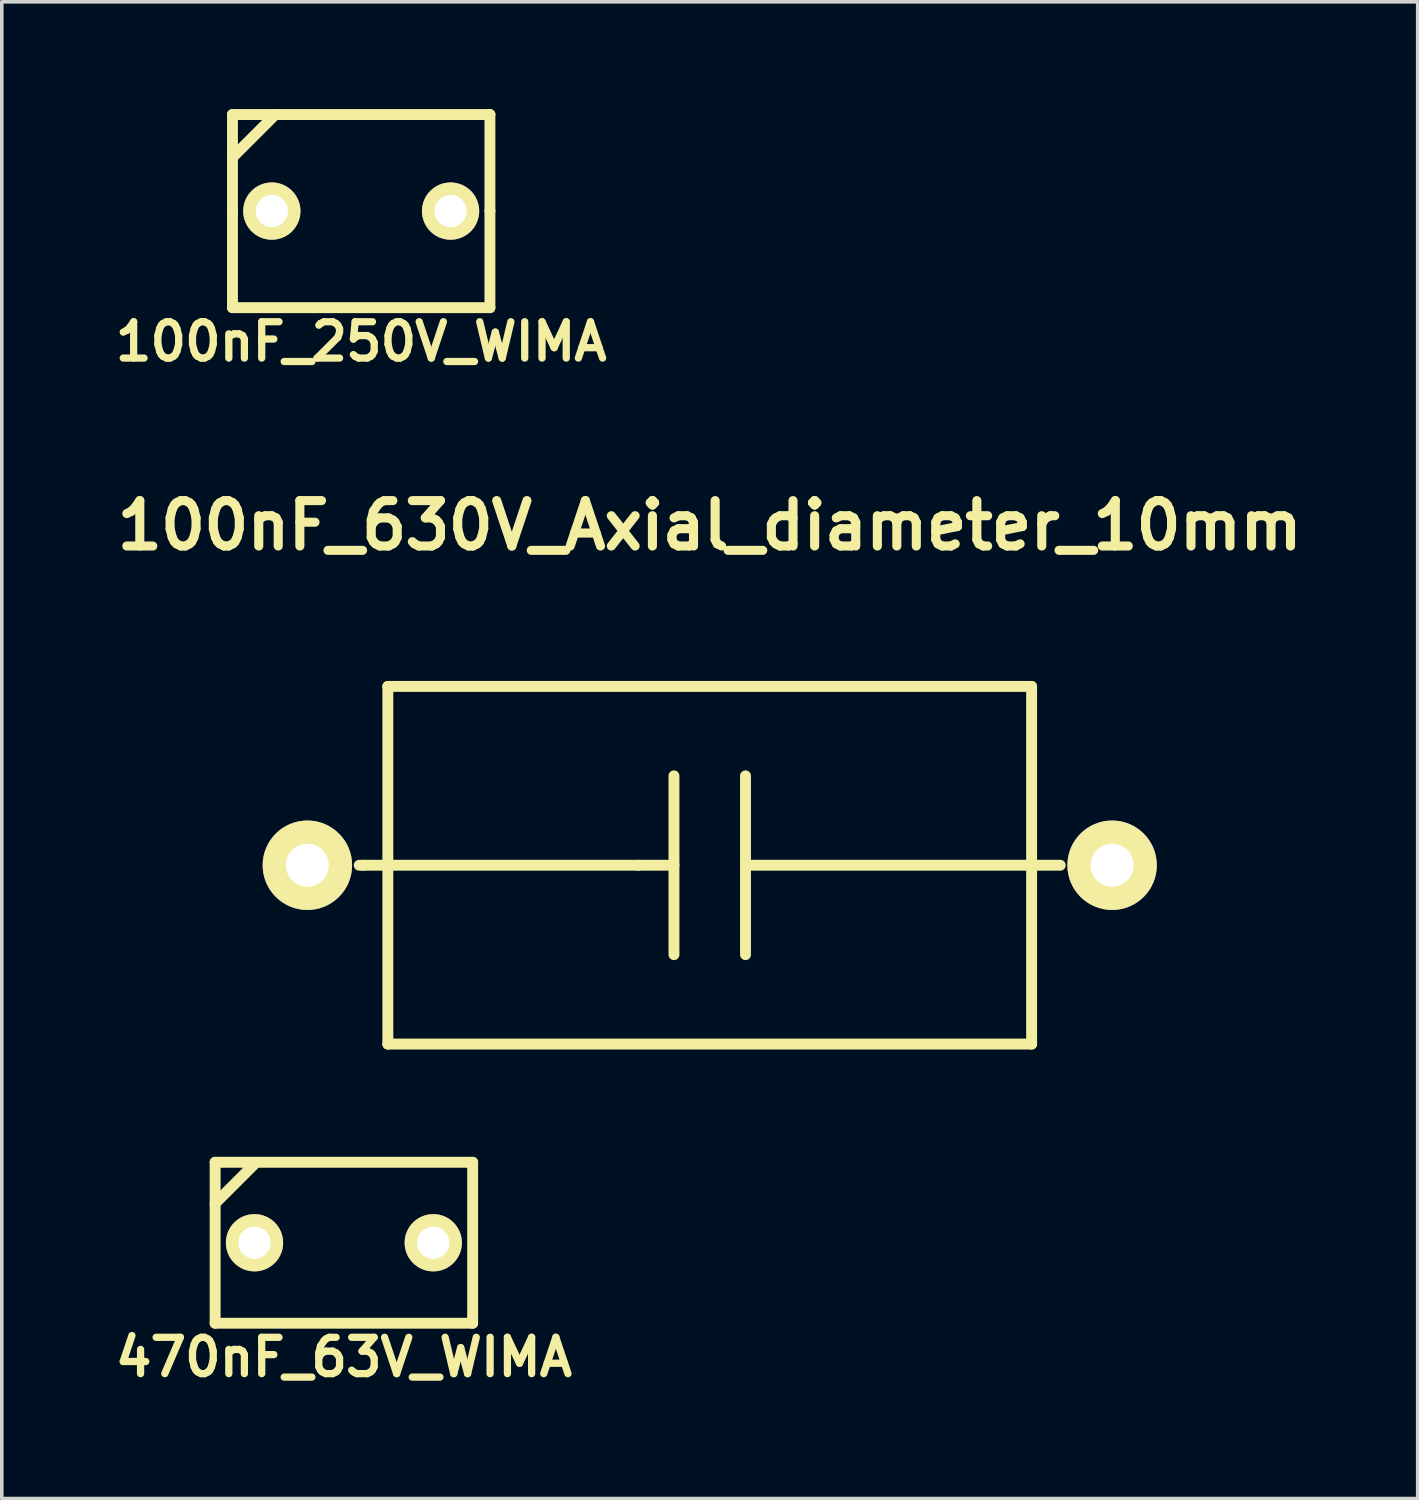
<source format=kicad_pcb>
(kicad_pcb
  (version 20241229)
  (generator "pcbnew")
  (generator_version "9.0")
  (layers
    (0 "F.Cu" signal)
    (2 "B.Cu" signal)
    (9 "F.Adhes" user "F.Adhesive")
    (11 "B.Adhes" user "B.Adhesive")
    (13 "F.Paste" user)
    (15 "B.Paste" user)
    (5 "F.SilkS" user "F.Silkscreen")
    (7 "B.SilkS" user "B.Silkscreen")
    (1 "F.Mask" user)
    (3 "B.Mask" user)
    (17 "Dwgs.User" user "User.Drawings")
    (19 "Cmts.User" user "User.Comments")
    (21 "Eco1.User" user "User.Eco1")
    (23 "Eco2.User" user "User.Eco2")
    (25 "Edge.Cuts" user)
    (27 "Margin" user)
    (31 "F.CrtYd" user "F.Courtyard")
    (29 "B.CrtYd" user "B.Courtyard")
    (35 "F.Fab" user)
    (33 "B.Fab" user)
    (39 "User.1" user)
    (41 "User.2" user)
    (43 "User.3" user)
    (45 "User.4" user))
  (footprint "100nF_630V_Axial_diameter_10mm"
    (layer "F.Cu")
    (at 16.794 21.142)
    (property "Reference" "100nF_630V_Axial_diameter_10mm" (at 0 -9.5 0) (layer "F.SilkS") (effects (font (size 1.27 1.27) (thickness 0.254))))
    (attr through_hole)
    (fp_line (start -9.7 0) (end -9.8 0) (stroke (width 0.305) (type solid)) (layer "F.SilkS"))
    (fp_line (start -9 -5) (end -9 5) (stroke (width 0.305) (type solid)) (layer "F.SilkS"))
    (fp_line (start -9 0) (end -9.7 0) (stroke (width 0.305) (type solid)) (layer "F.SilkS"))
    (fp_line (start -9 0) (end -2 0) (stroke (width 0.305) (type solid)) (layer "F.SilkS"))
    (fp_line (start -9 5) (end 9 5) (stroke (width 0.305) (type solid)) (layer "F.SilkS"))
    (fp_line (start -2 0) (end -1 0) (stroke (width 0.305) (type solid)) (layer "F.SilkS"))
    (fp_line (start -1 -2.5) (end -1 2.5) (stroke (width 0.305) (type solid)) (layer "F.SilkS"))
    (fp_line (start 1 -2.5) (end 1 2.5) (stroke (width 0.305) (type solid)) (layer "F.SilkS"))
    (fp_line (start 1 0) (end 9 0) (stroke (width 0.305) (type solid)) (layer "F.SilkS"))
    (fp_line (start 9 -5) (end -9 -5) (stroke (width 0.305) (type solid)) (layer "F.SilkS"))
    (fp_line (start 9 0) (end 9.8 0) (stroke (width 0.305) (type solid)) (layer "F.SilkS"))
    (fp_line (start 9 5) (end 9 -5) (stroke (width 0.305) (type solid)) (layer "F.SilkS"))
    (pad "1" thru_hole circle (at -11.25 0) (size 2.5 2.5) (drill 1.2) (layers "*.Cu" "*.Mask" "F.SilkS"))
    (pad "2" thru_hole circle (at 11.25 0) (size 2.5 2.5) (drill 1.2) (layers "*.Cu" "*.Mask" "F.SilkS")))
  (footprint "100nF_250V_WIMA"
    (layer "F.Cu")
    (at 7.049 2.852)
    (property "Reference" "100nF_250V_WIMA" (at 0 3.65 0) (layer "F.SilkS") (effects (font (size 1.016 1.016) (thickness 0.203))))
    (attr through_hole)
    (fp_line (start -3.599 -2.7) (end -3.599 0) (stroke (width 0.305) (type solid)) (layer "F.SilkS"))
    (fp_line (start -3.599 -1.501) (end -2.4 -2.7) (stroke (width 0.305) (type solid)) (layer "F.SilkS"))
    (fp_line (start -3.599 0) (end -3.599 2.7) (stroke (width 0.305) (type solid)) (layer "F.SilkS"))
    (fp_line (start -3.599 2.7) (end 3.599 2.7) (stroke (width 0.305) (type solid)) (layer "F.SilkS"))
    (fp_line (start 3.599 -2.7) (end -3.599 -2.7) (stroke (width 0.305) (type solid)) (layer "F.SilkS"))
    (fp_line (start 3.599 0) (end 3.599 -2.7) (stroke (width 0.305) (type solid)) (layer "F.SilkS"))
    (fp_line (start 3.599 2.7) (end 3.599 0) (stroke (width 0.305) (type solid)) (layer "F.SilkS"))
    (pad "1" thru_hole circle (at -2.499 0) (size 1.6 1.6) (drill 0.9) (layers "*.Cu" "*.Mask" "F.SilkS"))
    (pad "2" thru_hole circle (at 2.499 0) (size 1.6 1.6) (drill 0.9) (layers "*.Cu" "*.Mask" "F.SilkS")))
  (footprint "470nF_63V_WIMA"
    (layer "F.Cu")
    (at 6.565 31.697)
    (property "Reference" "470nF_63V_WIMA" (at 0 3.2 0) (layer "F.SilkS") (effects (font (size 1.016 1.016) (thickness 0.203))))
    (attr through_hole)
    (fp_line (start -3.6 -2.25) (end -3.6 2.25) (stroke (width 0.305) (type solid)) (layer "F.SilkS"))
    (fp_line (start -3.6 -1.1) (end -2.5 -2.2) (stroke (width 0.305) (type solid)) (layer "F.SilkS"))
    (fp_line (start -3.6 2.25) (end 3.6 2.25) (stroke (width 0.305) (type solid)) (layer "F.SilkS"))
    (fp_line (start 3.6 -2.25) (end -3.6 -2.25) (stroke (width 0.305) (type solid)) (layer "F.SilkS"))
    (fp_line (start 3.6 2.25) (end 3.6 -2.25) (stroke (width 0.305) (type solid)) (layer "F.SilkS"))
    (pad "1" thru_hole circle (at -2.499 0) (size 1.6 1.6) (drill 0.9) (layers "*.Cu" "*.Mask" "F.SilkS"))
    (pad "2" thru_hole circle (at 2.499 0) (size 1.6 1.6) (drill 0.9) (layers "*.Cu" "*.Mask" "F.SilkS")))
  (gr_rect
    (start -3 -3)
    (end 36.588 38.848)
    (stroke (width 0.1) (type default))
    (fill no)
    (layer "Edge.Cuts")))
</source>
